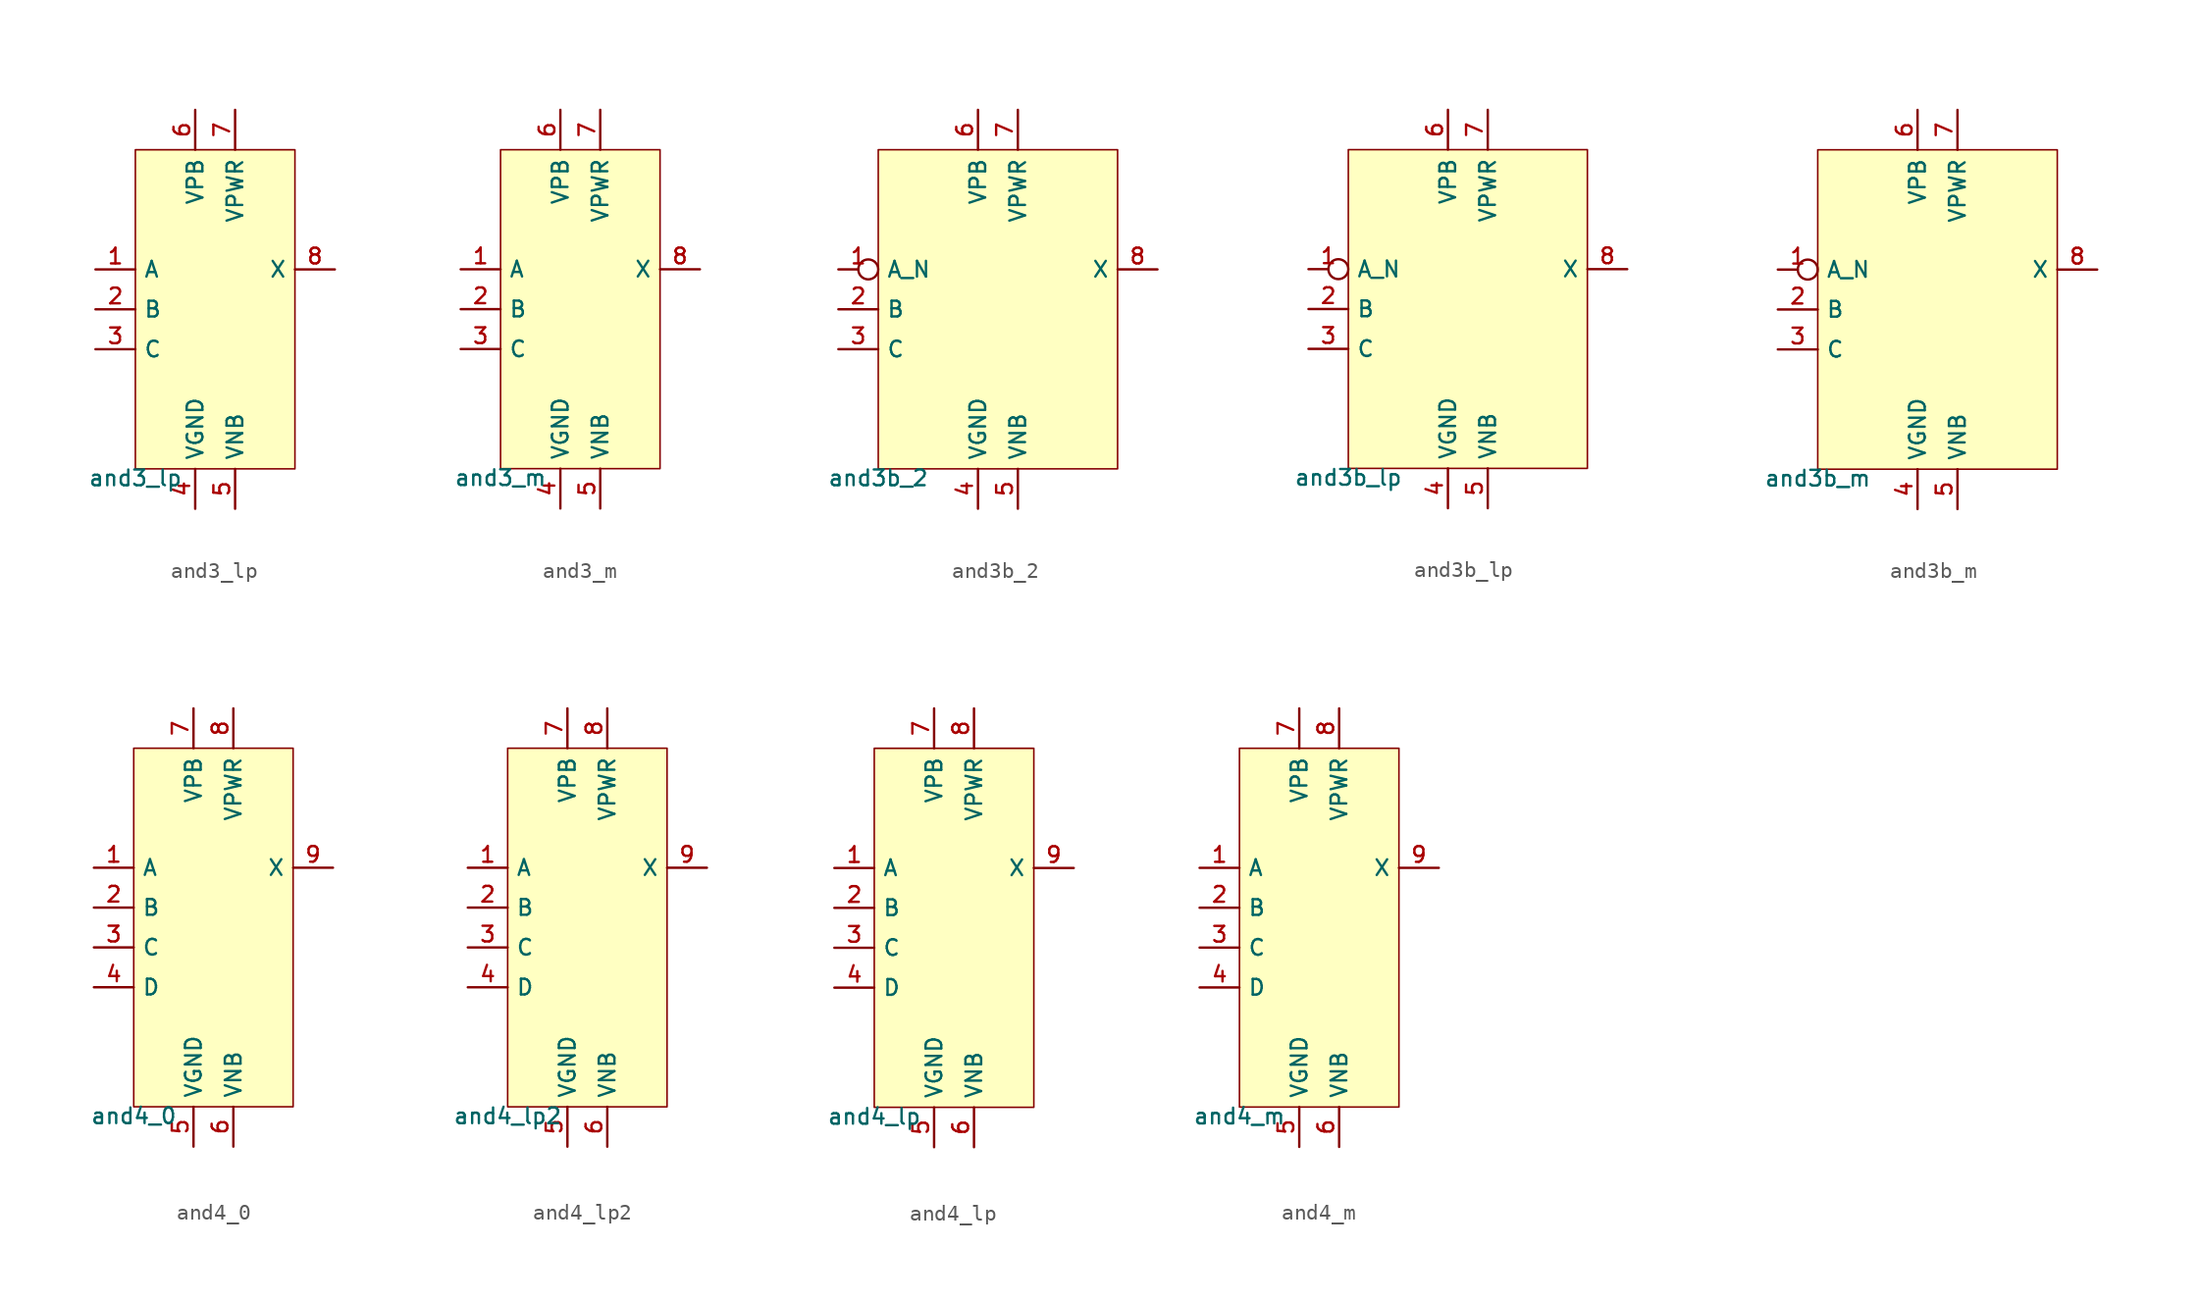
<source format=kicad_sym>
(kicad_symbol_lib
  (version 20211014)
  (generator pdk2kicad)
  (symbol "and3_lp"
    (property "Reference" "X"
      (at 0 0 0)
      (effects (font (size 1 1)) hide))
    (property "Value" "and3_lp"
      (at -5.08 -10.16 0)
      (effects (font (size 1 1)) (justify top)))
    (rectangle
      (start -5.08 -10.16)
      (end 5.08 10.16)
      (stroke (width 0.1) (type solid) (color 0 0 0 0))
      (fill (type background)))
    (pin input line
      (at -7.62 2.54 0)
      (length 2.54)
      (name "A" (effects (font (size 1 1)) hide))
      (number "1" (effects (font (size 1 1)) hide)))
    (pin input line
      (at -7.62 0.0 0)
      (length 2.54)
      (name "B" (effects (font (size 1 1)) hide))
      (number "2" (effects (font (size 1 1)) hide)))
    (pin input line
      (at -7.62 -2.54 0)
      (length 2.54)
      (name "C" (effects (font (size 1 1)) hide))
      (number "3" (effects (font (size 1 1)) hide)))
    (pin power_in line
      (at -1.27 -12.7 90)
      (length 2.54)
      (name "VGND" (effects (font (size 1 1)) hide))
      (number "4" (effects (font (size 1 1)) hide)))
    (pin power_in line
      (at 1.27 -12.7 90)
      (length 2.54)
      (name "VNB" (effects (font (size 1 1)) hide))
      (number "5" (effects (font (size 1 1)) hide)))
    (pin power_in line
      (at -1.27 12.7 270)
      (length 2.54)
      (name "VPB" (effects (font (size 1 1)) hide))
      (number "6" (effects (font (size 1 1)) hide)))
    (pin power_in line
      (at 1.27 12.7 270)
      (length 2.54)
      (name "VPWR" (effects (font (size 1 1)) hide))
      (number "7" (effects (font (size 1 1)) hide)))
    (pin output line
      (at 7.62 2.54 180)
      (length 2.54)
      (name "X" (effects (font (size 1 1)) hide))
      (number "8" (effects (font (size 1 1)) hide))))
  (symbol "and3_m"
    (property "Reference" "X"
      (at 0 0 0)
      (effects (font (size 1 1)) hide))
    (property "Value" "and3_m"
      (at -5.08 -10.16 0)
      (effects (font (size 1 1)) (justify top)))
    (rectangle
      (start -5.08 -10.16)
      (end 5.08 10.16)
      (stroke (width 0.1) (type solid) (color 0 0 0 0))
      (fill (type background)))
    (pin input line
      (at -7.62 2.54 0)
      (length 2.54)
      (name "A" (effects (font (size 1 1)) hide))
      (number "1" (effects (font (size 1 1)) hide)))
    (pin input line
      (at -7.62 0.0 0)
      (length 2.54)
      (name "B" (effects (font (size 1 1)) hide))
      (number "2" (effects (font (size 1 1)) hide)))
    (pin input line
      (at -7.62 -2.54 0)
      (length 2.54)
      (name "C" (effects (font (size 1 1)) hide))
      (number "3" (effects (font (size 1 1)) hide)))
    (pin power_in line
      (at -1.27 -12.7 90)
      (length 2.54)
      (name "VGND" (effects (font (size 1 1)) hide))
      (number "4" (effects (font (size 1 1)) hide)))
    (pin power_in line
      (at 1.27 -12.7 90)
      (length 2.54)
      (name "VNB" (effects (font (size 1 1)) hide))
      (number "5" (effects (font (size 1 1)) hide)))
    (pin power_in line
      (at -1.27 12.7 270)
      (length 2.54)
      (name "VPB" (effects (font (size 1 1)) hide))
      (number "6" (effects (font (size 1 1)) hide)))
    (pin power_in line
      (at 1.27 12.7 270)
      (length 2.54)
      (name "VPWR" (effects (font (size 1 1)) hide))
      (number "7" (effects (font (size 1 1)) hide)))
    (pin output line
      (at 7.62 2.54 180)
      (length 2.54)
      (name "X" (effects (font (size 1 1)) hide))
      (number "8" (effects (font (size 1 1)) hide))))
  (symbol "and3b_2"
    (property "Reference" "X"
      (at 0 0 0)
      (effects (font (size 1 1)) hide))
    (property "Value" "and3b_2"
      (at -7.62 -10.16 0)
      (effects (font (size 1 1)) (justify top)))
    (rectangle
      (start -7.62 -10.16)
      (end 7.62 10.16)
      (stroke (width 0.1) (type solid) (color 0 0 0 0))
      (fill (type background)))
    (pin input inverted
      (at -10.16 2.54 0)
      (length 2.54)
      (name "A_N" (effects (font (size 1 1)) hide))
      (number "1" (effects (font (size 1 1)) hide)))
    (pin input line
      (at -10.16 0.0 0)
      (length 2.54)
      (name "B" (effects (font (size 1 1)) hide))
      (number "2" (effects (font (size 1 1)) hide)))
    (pin input line
      (at -10.16 -2.54 0)
      (length 2.54)
      (name "C" (effects (font (size 1 1)) hide))
      (number "3" (effects (font (size 1 1)) hide)))
    (pin power_in line
      (at -1.27 -12.7 90)
      (length 2.54)
      (name "VGND" (effects (font (size 1 1)) hide))
      (number "4" (effects (font (size 1 1)) hide)))
    (pin power_in line
      (at 1.27 -12.7 90)
      (length 2.54)
      (name "VNB" (effects (font (size 1 1)) hide))
      (number "5" (effects (font (size 1 1)) hide)))
    (pin power_in line
      (at -1.27 12.7 270)
      (length 2.54)
      (name "VPB" (effects (font (size 1 1)) hide))
      (number "6" (effects (font (size 1 1)) hide)))
    (pin power_in line
      (at 1.27 12.7 270)
      (length 2.54)
      (name "VPWR" (effects (font (size 1 1)) hide))
      (number "7" (effects (font (size 1 1)) hide)))
    (pin output line
      (at 10.16 2.54 180)
      (length 2.54)
      (name "X" (effects (font (size 1 1)) hide))
      (number "8" (effects (font (size 1 1)) hide))))
  (symbol "and3b_lp"
    (property "Reference" "X"
      (at 0 0 0)
      (effects (font (size 1 1)) hide))
    (property "Value" "and3b_lp"
      (at -7.62 -10.16 0)
      (effects (font (size 1 1)) (justify top)))
    (rectangle
      (start -7.62 -10.16)
      (end 7.62 10.16)
      (stroke (width 0.1) (type solid) (color 0 0 0 0))
      (fill (type background)))
    (pin input inverted
      (at -10.16 2.54 0)
      (length 2.54)
      (name "A_N" (effects (font (size 1 1)) hide))
      (number "1" (effects (font (size 1 1)) hide)))
    (pin input line
      (at -10.16 0.0 0)
      (length 2.54)
      (name "B" (effects (font (size 1 1)) hide))
      (number "2" (effects (font (size 1 1)) hide)))
    (pin input line
      (at -10.16 -2.54 0)
      (length 2.54)
      (name "C" (effects (font (size 1 1)) hide))
      (number "3" (effects (font (size 1 1)) hide)))
    (pin power_in line
      (at -1.27 -12.7 90)
      (length 2.54)
      (name "VGND" (effects (font (size 1 1)) hide))
      (number "4" (effects (font (size 1 1)) hide)))
    (pin power_in line
      (at 1.27 -12.7 90)
      (length 2.54)
      (name "VNB" (effects (font (size 1 1)) hide))
      (number "5" (effects (font (size 1 1)) hide)))
    (pin power_in line
      (at -1.27 12.7 270)
      (length 2.54)
      (name "VPB" (effects (font (size 1 1)) hide))
      (number "6" (effects (font (size 1 1)) hide)))
    (pin power_in line
      (at 1.27 12.7 270)
      (length 2.54)
      (name "VPWR" (effects (font (size 1 1)) hide))
      (number "7" (effects (font (size 1 1)) hide)))
    (pin output line
      (at 10.16 2.54 180)
      (length 2.54)
      (name "X" (effects (font (size 1 1)) hide))
      (number "8" (effects (font (size 1 1)) hide))))
  (symbol "and3b_m"
    (property "Reference" "X"
      (at 0 0 0)
      (effects (font (size 1 1)) hide))
    (property "Value" "and3b_m"
      (at -7.62 -10.16 0)
      (effects (font (size 1 1)) (justify top)))
    (rectangle
      (start -7.62 -10.16)
      (end 7.62 10.16)
      (stroke (width 0.1) (type solid) (color 0 0 0 0))
      (fill (type background)))
    (pin input inverted
      (at -10.16 2.54 0)
      (length 2.54)
      (name "A_N" (effects (font (size 1 1)) hide))
      (number "1" (effects (font (size 1 1)) hide)))
    (pin input line
      (at -10.16 0.0 0)
      (length 2.54)
      (name "B" (effects (font (size 1 1)) hide))
      (number "2" (effects (font (size 1 1)) hide)))
    (pin input line
      (at -10.16 -2.54 0)
      (length 2.54)
      (name "C" (effects (font (size 1 1)) hide))
      (number "3" (effects (font (size 1 1)) hide)))
    (pin power_in line
      (at -1.27 -12.7 90)
      (length 2.54)
      (name "VGND" (effects (font (size 1 1)) hide))
      (number "4" (effects (font (size 1 1)) hide)))
    (pin power_in line
      (at 1.27 -12.7 90)
      (length 2.54)
      (name "VNB" (effects (font (size 1 1)) hide))
      (number "5" (effects (font (size 1 1)) hide)))
    (pin power_in line
      (at -1.27 12.7 270)
      (length 2.54)
      (name "VPB" (effects (font (size 1 1)) hide))
      (number "6" (effects (font (size 1 1)) hide)))
    (pin power_in line
      (at 1.27 12.7 270)
      (length 2.54)
      (name "VPWR" (effects (font (size 1 1)) hide))
      (number "7" (effects (font (size 1 1)) hide)))
    (pin output line
      (at 10.16 2.54 180)
      (length 2.54)
      (name "X" (effects (font (size 1 1)) hide))
      (number "8" (effects (font (size 1 1)) hide))))
  (symbol "and4_0"
    (property "Reference" "X"
      (at 0 0 0)
      (effects (font (size 1 1)) hide))
    (property "Value" "and4_0"
      (at -5.08 -11.43 0)
      (effects (font (size 1 1)) (justify top)))
    (rectangle
      (start -5.08 -11.43)
      (end 5.08 11.43)
      (stroke (width 0.1) (type solid) (color 0 0 0 0))
      (fill (type background)))
    (pin input line
      (at -7.62 3.81 0)
      (length 2.54)
      (name "A" (effects (font (size 1 1)) hide))
      (number "1" (effects (font (size 1 1)) hide)))
    (pin input line
      (at -7.62 1.27 0)
      (length 2.54)
      (name "B" (effects (font (size 1 1)) hide))
      (number "2" (effects (font (size 1 1)) hide)))
    (pin input line
      (at -7.62 -1.27 0)
      (length 2.54)
      (name "C" (effects (font (size 1 1)) hide))
      (number "3" (effects (font (size 1 1)) hide)))
    (pin input line
      (at -7.62 -3.81 0)
      (length 2.54)
      (name "D" (effects (font (size 1 1)) hide))
      (number "4" (effects (font (size 1 1)) hide)))
    (pin power_in line
      (at -1.27 -13.97 90)
      (length 2.54)
      (name "VGND" (effects (font (size 1 1)) hide))
      (number "5" (effects (font (size 1 1)) hide)))
    (pin power_in line
      (at 1.27 -13.97 90)
      (length 2.54)
      (name "VNB" (effects (font (size 1 1)) hide))
      (number "6" (effects (font (size 1 1)) hide)))
    (pin power_in line
      (at -1.27 13.97 270)
      (length 2.54)
      (name "VPB" (effects (font (size 1 1)) hide))
      (number "7" (effects (font (size 1 1)) hide)))
    (pin power_in line
      (at 1.27 13.97 270)
      (length 2.54)
      (name "VPWR" (effects (font (size 1 1)) hide))
      (number "8" (effects (font (size 1 1)) hide)))
    (pin output line
      (at 7.62 3.81 180)
      (length 2.54)
      (name "X" (effects (font (size 1 1)) hide))
      (number "9" (effects (font (size 1 1)) hide))))
  (symbol "and4_lp2"
    (property "Reference" "X"
      (at 0 0 0)
      (effects (font (size 1 1)) hide))
    (property "Value" "and4_lp2"
      (at -5.08 -11.43 0)
      (effects (font (size 1 1)) (justify top)))
    (rectangle
      (start -5.08 -11.43)
      (end 5.08 11.43)
      (stroke (width 0.1) (type solid) (color 0 0 0 0))
      (fill (type background)))
    (pin input line
      (at -7.62 3.81 0)
      (length 2.54)
      (name "A" (effects (font (size 1 1)) hide))
      (number "1" (effects (font (size 1 1)) hide)))
    (pin input line
      (at -7.62 1.27 0)
      (length 2.54)
      (name "B" (effects (font (size 1 1)) hide))
      (number "2" (effects (font (size 1 1)) hide)))
    (pin input line
      (at -7.62 -1.27 0)
      (length 2.54)
      (name "C" (effects (font (size 1 1)) hide))
      (number "3" (effects (font (size 1 1)) hide)))
    (pin input line
      (at -7.62 -3.81 0)
      (length 2.54)
      (name "D" (effects (font (size 1 1)) hide))
      (number "4" (effects (font (size 1 1)) hide)))
    (pin power_in line
      (at -1.27 -13.97 90)
      (length 2.54)
      (name "VGND" (effects (font (size 1 1)) hide))
      (number "5" (effects (font (size 1 1)) hide)))
    (pin power_in line
      (at 1.27 -13.97 90)
      (length 2.54)
      (name "VNB" (effects (font (size 1 1)) hide))
      (number "6" (effects (font (size 1 1)) hide)))
    (pin power_in line
      (at -1.27 13.97 270)
      (length 2.54)
      (name "VPB" (effects (font (size 1 1)) hide))
      (number "7" (effects (font (size 1 1)) hide)))
    (pin power_in line
      (at 1.27 13.97 270)
      (length 2.54)
      (name "VPWR" (effects (font (size 1 1)) hide))
      (number "8" (effects (font (size 1 1)) hide)))
    (pin output line
      (at 7.62 3.81 180)
      (length 2.54)
      (name "X" (effects (font (size 1 1)) hide))
      (number "9" (effects (font (size 1 1)) hide))))
  (symbol "and4_lp"
    (property "Reference" "X"
      (at 0 0 0)
      (effects (font (size 1 1)) hide))
    (property "Value" "and4_lp"
      (at -5.08 -11.43 0)
      (effects (font (size 1 1)) (justify top)))
    (rectangle
      (start -5.08 -11.43)
      (end 5.08 11.43)
      (stroke (width 0.1) (type solid) (color 0 0 0 0))
      (fill (type background)))
    (pin input line
      (at -7.62 3.81 0)
      (length 2.54)
      (name "A" (effects (font (size 1 1)) hide))
      (number "1" (effects (font (size 1 1)) hide)))
    (pin input line
      (at -7.62 1.27 0)
      (length 2.54)
      (name "B" (effects (font (size 1 1)) hide))
      (number "2" (effects (font (size 1 1)) hide)))
    (pin input line
      (at -7.62 -1.27 0)
      (length 2.54)
      (name "C" (effects (font (size 1 1)) hide))
      (number "3" (effects (font (size 1 1)) hide)))
    (pin input line
      (at -7.62 -3.81 0)
      (length 2.54)
      (name "D" (effects (font (size 1 1)) hide))
      (number "4" (effects (font (size 1 1)) hide)))
    (pin power_in line
      (at -1.27 -13.97 90)
      (length 2.54)
      (name "VGND" (effects (font (size 1 1)) hide))
      (number "5" (effects (font (size 1 1)) hide)))
    (pin power_in line
      (at 1.27 -13.97 90)
      (length 2.54)
      (name "VNB" (effects (font (size 1 1)) hide))
      (number "6" (effects (font (size 1 1)) hide)))
    (pin power_in line
      (at -1.27 13.97 270)
      (length 2.54)
      (name "VPB" (effects (font (size 1 1)) hide))
      (number "7" (effects (font (size 1 1)) hide)))
    (pin power_in line
      (at 1.27 13.97 270)
      (length 2.54)
      (name "VPWR" (effects (font (size 1 1)) hide))
      (number "8" (effects (font (size 1 1)) hide)))
    (pin output line
      (at 7.62 3.81 180)
      (length 2.54)
      (name "X" (effects (font (size 1 1)) hide))
      (number "9" (effects (font (size 1 1)) hide))))
  (symbol "and4_m"
    (property "Reference" "X"
      (at 0 0 0)
      (effects (font (size 1 1)) hide))
    (property "Value" "and4_m"
      (at -5.08 -11.43 0)
      (effects (font (size 1 1)) (justify top)))
    (rectangle
      (start -5.08 -11.43)
      (end 5.08 11.43)
      (stroke (width 0.1) (type solid) (color 0 0 0 0))
      (fill (type background)))
    (pin input line
      (at -7.62 3.81 0)
      (length 2.54)
      (name "A" (effects (font (size 1 1)) hide))
      (number "1" (effects (font (size 1 1)) hide)))
    (pin input line
      (at -7.62 1.27 0)
      (length 2.54)
      (name "B" (effects (font (size 1 1)) hide))
      (number "2" (effects (font (size 1 1)) hide)))
    (pin input line
      (at -7.62 -1.27 0)
      (length 2.54)
      (name "C" (effects (font (size 1 1)) hide))
      (number "3" (effects (font (size 1 1)) hide)))
    (pin input line
      (at -7.62 -3.81 0)
      (length 2.54)
      (name "D" (effects (font (size 1 1)) hide))
      (number "4" (effects (font (size 1 1)) hide)))
    (pin power_in line
      (at -1.27 -13.97 90)
      (length 2.54)
      (name "VGND" (effects (font (size 1 1)) hide))
      (number "5" (effects (font (size 1 1)) hide)))
    (pin power_in line
      (at 1.27 -13.97 90)
      (length 2.54)
      (name "VNB" (effects (font (size 1 1)) hide))
      (number "6" (effects (font (size 1 1)) hide)))
    (pin power_in line
      (at -1.27 13.97 270)
      (length 2.54)
      (name "VPB" (effects (font (size 1 1)) hide))
      (number "7" (effects (font (size 1 1)) hide)))
    (pin power_in line
      (at 1.27 13.97 270)
      (length 2.54)
      (name "VPWR" (effects (font (size 1 1)) hide))
      (number "8" (effects (font (size 1 1)) hide)))
    (pin output line
      (at 7.62 3.81 180)
      (length 2.54)
      (name "X" (effects (font (size 1 1)) hide))
      (number "9" (effects (font (size 1 1)) hide)))))
</source>
